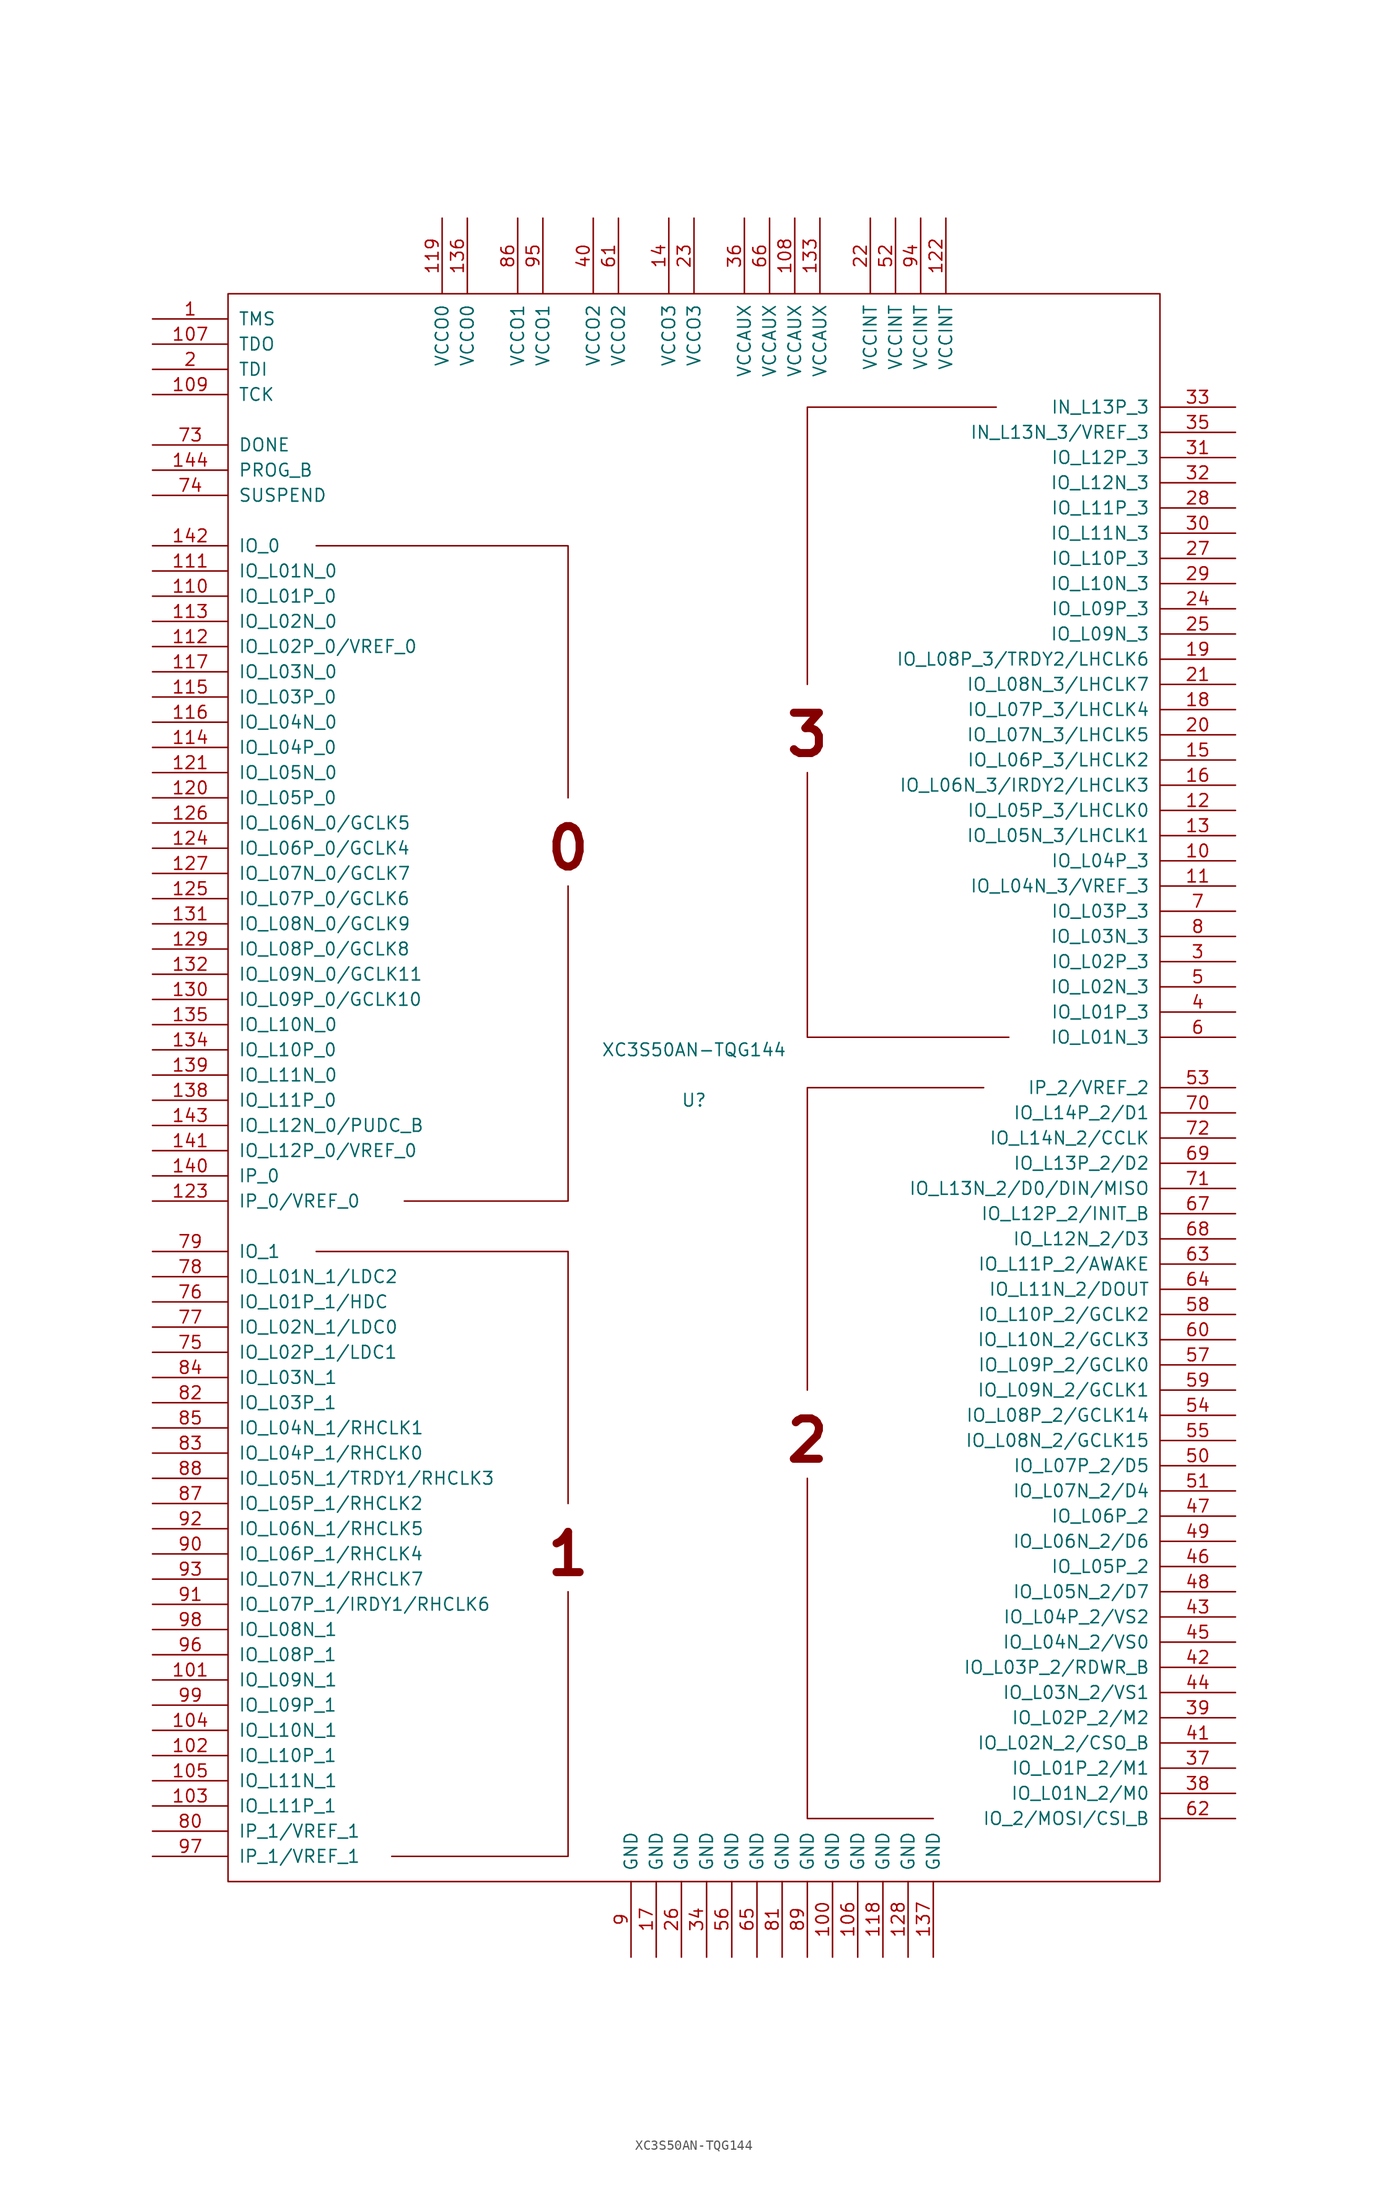
<source format=kicad_sym>
(kicad_symbol_lib
  (version 20201005)
  (generator kicad_symbol_editor)
  (symbol "FPGA_Xilinx:XC3S50AN-TQG144"
    (pin_names
      (offset 1.016))
    (property "Reference" "U"
      (at 0 0 0)
      (effects (font (size 1.27 1.27))))
    (property "Value" "XC3S50AN-TQG144"
      (at 0 5.08 0)
      (effects (font (size 1.27 1.27))))
    (symbol "XC3S50AN-TQG144_0_0"
      (text "0" (at -12.7 25.4 0) (effects (font (size 4.064 4.064) bold)))
      (text "1" (at -12.7 -45.72 0) (effects (font (size 4.064 4.064) bold)))
      (text "2" (at 11.43 -34.29 0) (effects (font (size 4.064 4.064) bold)))
      (text "3" (at 11.43 36.83 0) (effects (font (size 4.064 4.064) bold))))
    (symbol "XC3S50AN-TQG144_0_1"
      (rectangle (start -46.99 81.28) (end 46.99 -78.74) (stroke (width 0)) (fill (type none)))
      (polyline (pts (xy -38.1 55.88) (xy -12.7 55.88) (xy -12.7 30.48) (xy -12.7 30.48)) (stroke (width 0)) (fill (type none)))
      (polyline (pts (xy -29.21 -10.16) (xy -12.7 -10.16) (xy -12.7 21.59) (xy -12.7 21.59)) (stroke (width 0)) (fill (type none)))
      (polyline (pts (xy -12.7 -40.64) (xy -12.7 -15.24) (xy -38.1 -15.24) (xy -38.1 -15.24)) (stroke (width 0)) (fill (type none)))
      (polyline (pts (xy 24.13 -72.39) (xy 11.43 -72.39) (xy 11.43 -38.1) (xy 11.43 -38.1)) (stroke (width 0)) (fill (type none)))
      (polyline (pts (xy 29.21 1.27) (xy 11.43 1.27) (xy 11.43 -29.21) (xy 11.43 -29.21)) (stroke (width 0)) (fill (type none)))
      (polyline (pts (xy 30.48 69.85) (xy 11.43 69.85) (xy 11.43 41.91) (xy 11.43 41.91)) (stroke (width 0)) (fill (type none)))
      (polyline (pts (xy 31.75 6.35) (xy 11.43 6.35) (xy 11.43 33.02) (xy 11.43 33.02)) (stroke (width 0)) (fill (type none)))
      (polyline (pts (xy -30.48 -76.2) (xy -13.97 -76.2) (xy -12.7 -76.2) (xy -12.7 -49.53) (xy -12.7 -49.53)) (stroke (width 0)) (fill (type none))))
    (symbol "XC3S50AN-TQG144_1_1"
      (pin input line (at -54.61 78.74 0) (length 7.62) (name "TMS" (effects (font (size 1.27 1.27)))) (number "1" (effects (font (size 1.27 1.27)))))
      (pin bidirectional line (at 54.61 24.13 180) (length 7.62) (name "IO_L04P_3" (effects (font (size 1.27 1.27)))) (number "10" (effects (font (size 1.27 1.27)))))
      (pin power_in line (at 13.97 -86.36 90) (length 7.62) (name "GND" (effects (font (size 1.27 1.27)))) (number "100" (effects (font (size 1.27 1.27)))))
      (pin bidirectional line (at -54.61 -58.42 0) (length 7.62) (name "IO_L09N_1" (effects (font (size 1.27 1.27)))) (number "101" (effects (font (size 1.27 1.27)))))
      (pin bidirectional line (at -54.61 -66.04 0) (length 7.62) (name "IO_L10P_1" (effects (font (size 1.27 1.27)))) (number "102" (effects (font (size 1.27 1.27)))))
      (pin bidirectional line (at -54.61 -71.12 0) (length 7.62) (name "IO_L11P_1" (effects (font (size 1.27 1.27)))) (number "103" (effects (font (size 1.27 1.27)))))
      (pin bidirectional line (at -54.61 -63.5 0) (length 7.62) (name "IO_L10N_1" (effects (font (size 1.27 1.27)))) (number "104" (effects (font (size 1.27 1.27)))))
      (pin bidirectional line (at -54.61 -68.58 0) (length 7.62) (name "IO_L11N_1" (effects (font (size 1.27 1.27)))) (number "105" (effects (font (size 1.27 1.27)))))
      (pin power_in line (at 16.51 -86.36 90) (length 7.62) (name "GND" (effects (font (size 1.27 1.27)))) (number "106" (effects (font (size 1.27 1.27)))))
      (pin output line (at -54.61 76.2 0) (length 7.62) (name "TDO" (effects (font (size 1.27 1.27)))) (number "107" (effects (font (size 1.27 1.27)))))
      (pin power_in line (at 10.16 88.9 270) (length 7.62) (name "VCCAUX" (effects (font (size 1.27 1.27)))) (number "108" (effects (font (size 1.27 1.27)))))
      (pin input line (at -54.61 71.12 0) (length 7.62) (name "TCK" (effects (font (size 1.27 1.27)))) (number "109" (effects (font (size 1.27 1.27)))))
      (pin bidirectional line (at 54.61 21.59 180) (length 7.62) (name "IO_L04N_3/VREF_3" (effects (font (size 1.27 1.27)))) (number "11" (effects (font (size 1.27 1.27)))))
      (pin bidirectional line (at -54.61 50.8 0) (length 7.62) (name "IO_L01P_0" (effects (font (size 1.27 1.27)))) (number "110" (effects (font (size 1.27 1.27)))))
      (pin bidirectional line (at -54.61 53.34 0) (length 7.62) (name "IO_L01N_0" (effects (font (size 1.27 1.27)))) (number "111" (effects (font (size 1.27 1.27)))))
      (pin bidirectional line (at -54.61 45.72 0) (length 7.62) (name "IO_L02P_0/VREF_0" (effects (font (size 1.27 1.27)))) (number "112" (effects (font (size 1.27 1.27)))))
      (pin bidirectional line (at -54.61 48.26 0) (length 7.62) (name "IO_L02N_0" (effects (font (size 1.27 1.27)))) (number "113" (effects (font (size 1.27 1.27)))))
      (pin bidirectional line (at -54.61 35.56 0) (length 7.62) (name "IO_L04P_0" (effects (font (size 1.27 1.27)))) (number "114" (effects (font (size 1.27 1.27)))))
      (pin bidirectional line (at -54.61 40.64 0) (length 7.62) (name "IO_L03P_0" (effects (font (size 1.27 1.27)))) (number "115" (effects (font (size 1.27 1.27)))))
      (pin bidirectional line (at -54.61 38.1 0) (length 7.62) (name "IO_L04N_0" (effects (font (size 1.27 1.27)))) (number "116" (effects (font (size 1.27 1.27)))))
      (pin bidirectional line (at -54.61 43.18 0) (length 7.62) (name "IO_L03N_0" (effects (font (size 1.27 1.27)))) (number "117" (effects (font (size 1.27 1.27)))))
      (pin power_in line (at 19.05 -86.36 90) (length 7.62) (name "GND" (effects (font (size 1.27 1.27)))) (number "118" (effects (font (size 1.27 1.27)))))
      (pin power_in line (at -25.4 88.9 270) (length 7.62) (name "VCCO0" (effects (font (size 1.27 1.27)))) (number "119" (effects (font (size 1.27 1.27)))))
      (pin bidirectional line (at 54.61 29.21 180) (length 7.62) (name "IO_L05P_3/LHCLK0" (effects (font (size 1.27 1.27)))) (number "12" (effects (font (size 1.27 1.27)))))
      (pin bidirectional line (at -54.61 30.48 0) (length 7.62) (name "IO_L05P_0" (effects (font (size 1.27 1.27)))) (number "120" (effects (font (size 1.27 1.27)))))
      (pin bidirectional line (at -54.61 33.02 0) (length 7.62) (name "IO_L05N_0" (effects (font (size 1.27 1.27)))) (number "121" (effects (font (size 1.27 1.27)))))
      (pin power_in line (at 25.4 88.9 270) (length 7.62) (name "VCCINT" (effects (font (size 1.27 1.27)))) (number "122" (effects (font (size 1.27 1.27)))))
      (pin input line (at -54.61 -10.16 0) (length 7.62) (name "IP_0/VREF_0" (effects (font (size 1.27 1.27)))) (number "123" (effects (font (size 1.27 1.27)))))
      (pin bidirectional line (at -54.61 25.4 0) (length 7.62) (name "IO_L06P_0/GCLK4" (effects (font (size 1.27 1.27)))) (number "124" (effects (font (size 1.27 1.27)))))
      (pin bidirectional line (at -54.61 20.32 0) (length 7.62) (name "IO_L07P_0/GCLK6" (effects (font (size 1.27 1.27)))) (number "125" (effects (font (size 1.27 1.27)))))
      (pin bidirectional line (at -54.61 27.94 0) (length 7.62) (name "IO_L06N_0/GCLK5" (effects (font (size 1.27 1.27)))) (number "126" (effects (font (size 1.27 1.27)))))
      (pin bidirectional line (at -54.61 22.86 0) (length 7.62) (name "IO_L07N_0/GCLK7" (effects (font (size 1.27 1.27)))) (number "127" (effects (font (size 1.27 1.27)))))
      (pin power_in line (at 21.59 -86.36 90) (length 7.62) (name "GND" (effects (font (size 1.27 1.27)))) (number "128" (effects (font (size 1.27 1.27)))))
      (pin bidirectional line (at -54.61 15.24 0) (length 7.62) (name "IO_L08P_0/GCLK8" (effects (font (size 1.27 1.27)))) (number "129" (effects (font (size 1.27 1.27)))))
      (pin bidirectional line (at 54.61 26.67 180) (length 7.62) (name "IO_L05N_3/LHCLK1" (effects (font (size 1.27 1.27)))) (number "13" (effects (font (size 1.27 1.27)))))
      (pin bidirectional line (at -54.61 10.16 0) (length 7.62) (name "IO_L09P_0/GCLK10" (effects (font (size 1.27 1.27)))) (number "130" (effects (font (size 1.27 1.27)))))
      (pin bidirectional line (at -54.61 17.78 0) (length 7.62) (name "IO_L08N_0/GCLK9" (effects (font (size 1.27 1.27)))) (number "131" (effects (font (size 1.27 1.27)))))
      (pin bidirectional line (at -54.61 12.7 0) (length 7.62) (name "IO_L09N_0/GCLK11" (effects (font (size 1.27 1.27)))) (number "132" (effects (font (size 1.27 1.27)))))
      (pin power_in line (at 12.7 88.9 270) (length 7.62) (name "VCCAUX" (effects (font (size 1.27 1.27)))) (number "133" (effects (font (size 1.27 1.27)))))
      (pin bidirectional line (at -54.61 5.08 0) (length 7.62) (name "IO_L10P_0" (effects (font (size 1.27 1.27)))) (number "134" (effects (font (size 1.27 1.27)))))
      (pin bidirectional line (at -54.61 7.62 0) (length 7.62) (name "IO_L10N_0" (effects (font (size 1.27 1.27)))) (number "135" (effects (font (size 1.27 1.27)))))
      (pin power_in line (at -22.86 88.9 270) (length 7.62) (name "VCCO0" (effects (font (size 1.27 1.27)))) (number "136" (effects (font (size 1.27 1.27)))))
      (pin power_in line (at 24.13 -86.36 90) (length 7.62) (name "GND" (effects (font (size 1.27 1.27)))) (number "137" (effects (font (size 1.27 1.27)))))
      (pin bidirectional line (at -54.61 0 0) (length 7.62) (name "IO_L11P_0" (effects (font (size 1.27 1.27)))) (number "138" (effects (font (size 1.27 1.27)))))
      (pin bidirectional line (at -54.61 2.54 0) (length 7.62) (name "IO_L11N_0" (effects (font (size 1.27 1.27)))) (number "139" (effects (font (size 1.27 1.27)))))
      (pin passive line (at -2.54 88.9 270) (length 7.62) (name "VCCO3" (effects (font (size 1.27 1.27)))) (number "14" (effects (font (size 1.27 1.27)))))
      (pin input line (at -54.61 -7.62 0) (length 7.62) (name "IP_0" (effects (font (size 1.27 1.27)))) (number "140" (effects (font (size 1.27 1.27)))))
      (pin bidirectional line (at -54.61 -5.08 0) (length 7.62) (name "IO_L12P_0/VREF_0" (effects (font (size 1.27 1.27)))) (number "141" (effects (font (size 1.27 1.27)))))
      (pin bidirectional line (at -54.61 55.88 0) (length 7.62) (name "IO_0" (effects (font (size 1.27 1.27)))) (number "142" (effects (font (size 1.27 1.27)))))
      (pin bidirectional line (at -54.61 -2.54 0) (length 7.62) (name "IO_L12N_0/PUDC_B" (effects (font (size 1.27 1.27)))) (number "143" (effects (font (size 1.27 1.27)))))
      (pin bidirectional line (at -54.61 63.5 0) (length 7.62) (name "PROG_B" (effects (font (size 1.27 1.27)))) (number "144" (effects (font (size 1.27 1.27)))))
      (pin bidirectional line (at 54.61 34.29 180) (length 7.62) (name "IO_L06P_3/LHCLK2" (effects (font (size 1.27 1.27)))) (number "15" (effects (font (size 1.27 1.27)))))
      (pin bidirectional line (at 54.61 31.75 180) (length 7.62) (name "IO_L06N_3/IRDY2/LHCLK3" (effects (font (size 1.27 1.27)))) (number "16" (effects (font (size 1.27 1.27)))))
      (pin power_in line (at -3.81 -86.36 90) (length 7.62) (name "GND" (effects (font (size 1.27 1.27)))) (number "17" (effects (font (size 1.27 1.27)))))
      (pin bidirectional line (at 54.61 39.37 180) (length 7.62) (name "IO_L07P_3/LHCLK4" (effects (font (size 1.27 1.27)))) (number "18" (effects (font (size 1.27 1.27)))))
      (pin bidirectional line (at 54.61 44.45 180) (length 7.62) (name "IO_L08P_3/TRDY2/LHCLK6" (effects (font (size 1.27 1.27)))) (number "19" (effects (font (size 1.27 1.27)))))
      (pin input line (at -54.61 73.66 0) (length 7.62) (name "TDI" (effects (font (size 1.27 1.27)))) (number "2" (effects (font (size 1.27 1.27)))))
      (pin bidirectional line (at 54.61 36.83 180) (length 7.62) (name "IO_L07N_3/LHCLK5" (effects (font (size 1.27 1.27)))) (number "20" (effects (font (size 1.27 1.27)))))
      (pin bidirectional line (at 54.61 41.91 180) (length 7.62) (name "IO_L08N_3/LHCLK7" (effects (font (size 1.27 1.27)))) (number "21" (effects (font (size 1.27 1.27)))))
      (pin power_in line (at 17.78 88.9 270) (length 7.62) (name "VCCINT" (effects (font (size 1.27 1.27)))) (number "22" (effects (font (size 1.27 1.27)))))
      (pin power_in line (at 0 88.9 270) (length 7.62) (name "VCCO3" (effects (font (size 1.27 1.27)))) (number "23" (effects (font (size 1.27 1.27)))))
      (pin bidirectional line (at 54.61 49.53 180) (length 7.62) (name "IO_L09P_3" (effects (font (size 1.27 1.27)))) (number "24" (effects (font (size 1.27 1.27)))))
      (pin bidirectional line (at 54.61 46.99 180) (length 7.62) (name "IO_L09N_3" (effects (font (size 1.27 1.27)))) (number "25" (effects (font (size 1.27 1.27)))))
      (pin power_in line (at -1.27 -86.36 90) (length 7.62) (name "GND" (effects (font (size 1.27 1.27)))) (number "26" (effects (font (size 1.27 1.27)))))
      (pin bidirectional line (at 54.61 54.61 180) (length 7.62) (name "IO_L10P_3" (effects (font (size 1.27 1.27)))) (number "27" (effects (font (size 1.27 1.27)))))
      (pin bidirectional line (at 54.61 59.69 180) (length 7.62) (name "IO_L11P_3" (effects (font (size 1.27 1.27)))) (number "28" (effects (font (size 1.27 1.27)))))
      (pin bidirectional line (at 54.61 52.07 180) (length 7.62) (name "IO_L10N_3" (effects (font (size 1.27 1.27)))) (number "29" (effects (font (size 1.27 1.27)))))
      (pin bidirectional line (at 54.61 13.97 180) (length 7.62) (name "IO_L02P_3" (effects (font (size 1.27 1.27)))) (number "3" (effects (font (size 1.27 1.27)))))
      (pin bidirectional line (at 54.61 57.15 180) (length 7.62) (name "IO_L11N_3" (effects (font (size 1.27 1.27)))) (number "30" (effects (font (size 1.27 1.27)))))
      (pin bidirectional line (at 54.61 64.77 180) (length 7.62) (name "IO_L12P_3" (effects (font (size 1.27 1.27)))) (number "31" (effects (font (size 1.27 1.27)))))
      (pin bidirectional line (at 54.61 62.23 180) (length 7.62) (name "IO_L12N_3" (effects (font (size 1.27 1.27)))) (number "32" (effects (font (size 1.27 1.27)))))
      (pin input line (at 54.61 69.85 180) (length 7.62) (name "IN_L13P_3" (effects (font (size 1.27 1.27)))) (number "33" (effects (font (size 1.27 1.27)))))
      (pin power_in line (at 1.27 -86.36 90) (length 7.62) (name "GND" (effects (font (size 1.27 1.27)))) (number "34" (effects (font (size 1.27 1.27)))))
      (pin input line (at 54.61 67.31 180) (length 7.62) (name "IN_L13N_3/VREF_3" (effects (font (size 1.27 1.27)))) (number "35" (effects (font (size 1.27 1.27)))))
      (pin power_in line (at 5.08 88.9 270) (length 7.62) (name "VCCAUX" (effects (font (size 1.27 1.27)))) (number "36" (effects (font (size 1.27 1.27)))))
      (pin bidirectional line (at 54.61 -67.31 180) (length 7.62) (name "IO_L01P_2/M1" (effects (font (size 1.27 1.27)))) (number "37" (effects (font (size 1.27 1.27)))))
      (pin bidirectional line (at 54.61 -69.85 180) (length 7.62) (name "IO_L01N_2/M0" (effects (font (size 1.27 1.27)))) (number "38" (effects (font (size 1.27 1.27)))))
      (pin bidirectional line (at 54.61 -62.23 180) (length 7.62) (name "IO_L02P_2/M2" (effects (font (size 1.27 1.27)))) (number "39" (effects (font (size 1.27 1.27)))))
      (pin bidirectional line (at 54.61 8.89 180) (length 7.62) (name "IO_L01P_3" (effects (font (size 1.27 1.27)))) (number "4" (effects (font (size 1.27 1.27)))))
      (pin power_in line (at -10.16 88.9 270) (length 7.62) (name "VCCO2" (effects (font (size 1.27 1.27)))) (number "40" (effects (font (size 1.27 1.27)))))
      (pin bidirectional line (at 54.61 -64.77 180) (length 7.62) (name "IO_L02N_2/CSO_B" (effects (font (size 1.27 1.27)))) (number "41" (effects (font (size 1.27 1.27)))))
      (pin bidirectional line (at 54.61 -57.15 180) (length 7.62) (name "IO_L03P_2/RDWR_B" (effects (font (size 1.27 1.27)))) (number "42" (effects (font (size 1.27 1.27)))))
      (pin bidirectional line (at 54.61 -52.07 180) (length 7.62) (name "IO_L04P_2/VS2" (effects (font (size 1.27 1.27)))) (number "43" (effects (font (size 1.27 1.27)))))
      (pin bidirectional line (at 54.61 -59.69 180) (length 7.62) (name "IO_L03N_2/VS1" (effects (font (size 1.27 1.27)))) (number "44" (effects (font (size 1.27 1.27)))))
      (pin bidirectional line (at 54.61 -54.61 180) (length 7.62) (name "IO_L04N_2/VS0" (effects (font (size 1.27 1.27)))) (number "45" (effects (font (size 1.27 1.27)))))
      (pin bidirectional line (at 54.61 -46.99 180) (length 7.62) (name "IO_L05P_2" (effects (font (size 1.27 1.27)))) (number "46" (effects (font (size 1.27 1.27)))))
      (pin bidirectional line (at 54.61 -41.91 180) (length 7.62) (name "IO_L06P_2" (effects (font (size 1.27 1.27)))) (number "47" (effects (font (size 1.27 1.27)))))
      (pin bidirectional line (at 54.61 -49.53 180) (length 7.62) (name "IO_L05N_2/D7" (effects (font (size 1.27 1.27)))) (number "48" (effects (font (size 1.27 1.27)))))
      (pin bidirectional line (at 54.61 -44.45 180) (length 7.62) (name "IO_L06N_2/D6" (effects (font (size 1.27 1.27)))) (number "49" (effects (font (size 1.27 1.27)))))
      (pin bidirectional line (at 54.61 11.43 180) (length 7.62) (name "IO_L02N_3" (effects (font (size 1.27 1.27)))) (number "5" (effects (font (size 1.27 1.27)))))
      (pin bidirectional line (at 54.61 -36.83 180) (length 7.62) (name "IO_L07P_2/D5" (effects (font (size 1.27 1.27)))) (number "50" (effects (font (size 1.27 1.27)))))
      (pin bidirectional line (at 54.61 -39.37 180) (length 7.62) (name "IO_L07N_2/D4" (effects (font (size 1.27 1.27)))) (number "51" (effects (font (size 1.27 1.27)))))
      (pin power_in line (at 20.32 88.9 270) (length 7.62) (name "VCCINT" (effects (font (size 1.27 1.27)))) (number "52" (effects (font (size 1.27 1.27)))))
      (pin input line (at 54.61 1.27 180) (length 7.62) (name "IP_2/VREF_2" (effects (font (size 1.27 1.27)))) (number "53" (effects (font (size 1.27 1.27)))))
      (pin bidirectional line (at 54.61 -31.75 180) (length 7.62) (name "IO_L08P_2/GCLK14" (effects (font (size 1.27 1.27)))) (number "54" (effects (font (size 1.27 1.27)))))
      (pin bidirectional line (at 54.61 -34.29 180) (length 7.62) (name "IO_L08N_2/GCLK15" (effects (font (size 1.27 1.27)))) (number "55" (effects (font (size 1.27 1.27)))))
      (pin power_in line (at 3.81 -86.36 90) (length 7.62) (name "GND" (effects (font (size 1.27 1.27)))) (number "56" (effects (font (size 1.27 1.27)))))
      (pin bidirectional line (at 54.61 -26.67 180) (length 7.62) (name "IO_L09P_2/GCLK0" (effects (font (size 1.27 1.27)))) (number "57" (effects (font (size 1.27 1.27)))))
      (pin bidirectional line (at 54.61 -21.59 180) (length 7.62) (name "IO_L10P_2/GCLK2" (effects (font (size 1.27 1.27)))) (number "58" (effects (font (size 1.27 1.27)))))
      (pin bidirectional line (at 54.61 -29.21 180) (length 7.62) (name "IO_L09N_2/GCLK1" (effects (font (size 1.27 1.27)))) (number "59" (effects (font (size 1.27 1.27)))))
      (pin bidirectional line (at 54.61 6.35 180) (length 7.62) (name "IO_L01N_3" (effects (font (size 1.27 1.27)))) (number "6" (effects (font (size 1.27 1.27)))))
      (pin bidirectional line (at 54.61 -24.13 180) (length 7.62) (name "IO_L10N_2/GCLK3" (effects (font (size 1.27 1.27)))) (number "60" (effects (font (size 1.27 1.27)))))
      (pin power_in line (at -7.62 88.9 270) (length 7.62) (name "VCCO2" (effects (font (size 1.27 1.27)))) (number "61" (effects (font (size 1.27 1.27)))))
      (pin bidirectional line (at 54.61 -72.39 180) (length 7.62) (name "IO_2/MOSI/CSI_B" (effects (font (size 1.27 1.27)))) (number "62" (effects (font (size 1.27 1.27)))))
      (pin bidirectional line (at 54.61 -16.51 180) (length 7.62) (name "IO_L11P_2/AWAKE" (effects (font (size 1.27 1.27)))) (number "63" (effects (font (size 1.27 1.27)))))
      (pin bidirectional line (at 54.61 -19.05 180) (length 7.62) (name "IO_L11N_2/DOUT" (effects (font (size 1.27 1.27)))) (number "64" (effects (font (size 1.27 1.27)))))
      (pin power_in line (at 6.35 -86.36 90) (length 7.62) (name "GND" (effects (font (size 1.27 1.27)))) (number "65" (effects (font (size 1.27 1.27)))))
      (pin power_in line (at 7.62 88.9 270) (length 7.62) (name "VCCAUX" (effects (font (size 1.27 1.27)))) (number "66" (effects (font (size 1.27 1.27)))))
      (pin bidirectional line (at 54.61 -11.43 180) (length 7.62) (name "IO_L12P_2/INIT_B" (effects (font (size 1.27 1.27)))) (number "67" (effects (font (size 1.27 1.27)))))
      (pin bidirectional line (at 54.61 -13.97 180) (length 7.62) (name "IO_L12N_2/D3" (effects (font (size 1.27 1.27)))) (number "68" (effects (font (size 1.27 1.27)))))
      (pin bidirectional line (at 54.61 -6.35 180) (length 7.62) (name "IO_L13P_2/D2" (effects (font (size 1.27 1.27)))) (number "69" (effects (font (size 1.27 1.27)))))
      (pin bidirectional line (at 54.61 19.05 180) (length 7.62) (name "IO_L03P_3" (effects (font (size 1.27 1.27)))) (number "7" (effects (font (size 1.27 1.27)))))
      (pin bidirectional line (at 54.61 -1.27 180) (length 7.62) (name "IO_L14P_2/D1" (effects (font (size 1.27 1.27)))) (number "70" (effects (font (size 1.27 1.27)))))
      (pin bidirectional line (at 54.61 -8.89 180) (length 7.62) (name "IO_L13N_2/D0/DIN/MISO" (effects (font (size 1.27 1.27)))) (number "71" (effects (font (size 1.27 1.27)))))
      (pin bidirectional line (at 54.61 -3.81 180) (length 7.62) (name "IO_L14N_2/CCLK" (effects (font (size 1.27 1.27)))) (number "72" (effects (font (size 1.27 1.27)))))
      (pin bidirectional line (at -54.61 66.04 0) (length 7.62) (name "DONE" (effects (font (size 1.27 1.27)))) (number "73" (effects (font (size 1.27 1.27)))))
      (pin input line (at -54.61 60.96 0) (length 7.62) (name "SUSPEND" (effects (font (size 1.27 1.27)))) (number "74" (effects (font (size 1.27 1.27)))))
      (pin bidirectional line (at -54.61 -25.4 0) (length 7.62) (name "IO_L02P_1/LDC1" (effects (font (size 1.27 1.27)))) (number "75" (effects (font (size 1.27 1.27)))))
      (pin bidirectional line (at -54.61 -20.32 0) (length 7.62) (name "IO_L01P_1/HDC" (effects (font (size 1.27 1.27)))) (number "76" (effects (font (size 1.27 1.27)))))
      (pin bidirectional line (at -54.61 -22.86 0) (length 7.62) (name "IO_L02N_1/LDC0" (effects (font (size 1.27 1.27)))) (number "77" (effects (font (size 1.27 1.27)))))
      (pin bidirectional line (at -54.61 -17.78 0) (length 7.62) (name "IO_L01N_1/LDC2" (effects (font (size 1.27 1.27)))) (number "78" (effects (font (size 1.27 1.27)))))
      (pin bidirectional line (at -54.61 -15.24 0) (length 7.62) (name "IO_1" (effects (font (size 1.27 1.27)))) (number "79" (effects (font (size 1.27 1.27)))))
      (pin bidirectional line (at 54.61 16.51 180) (length 7.62) (name "IO_L03N_3" (effects (font (size 1.27 1.27)))) (number "8" (effects (font (size 1.27 1.27)))))
      (pin input line (at -54.61 -73.66 0) (length 7.62) (name "IP_1/VREF_1" (effects (font (size 1.27 1.27)))) (number "80" (effects (font (size 1.27 1.27)))))
      (pin power_in line (at 8.89 -86.36 90) (length 7.62) (name "GND" (effects (font (size 1.27 1.27)))) (number "81" (effects (font (size 1.27 1.27)))))
      (pin bidirectional line (at -54.61 -30.48 0) (length 7.62) (name "IO_L03P_1" (effects (font (size 1.27 1.27)))) (number "82" (effects (font (size 1.27 1.27)))))
      (pin bidirectional line (at -54.61 -35.56 0) (length 7.62) (name "IO_L04P_1/RHCLK0" (effects (font (size 1.27 1.27)))) (number "83" (effects (font (size 1.27 1.27)))))
      (pin bidirectional line (at -54.61 -27.94 0) (length 7.62) (name "IO_L03N_1" (effects (font (size 1.27 1.27)))) (number "84" (effects (font (size 1.27 1.27)))))
      (pin bidirectional line (at -54.61 -33.02 0) (length 7.62) (name "IO_L04N_1/RHCLK1" (effects (font (size 1.27 1.27)))) (number "85" (effects (font (size 1.27 1.27)))))
      (pin power_in line (at -17.78 88.9 270) (length 7.62) (name "VCCO1" (effects (font (size 1.27 1.27)))) (number "86" (effects (font (size 1.27 1.27)))))
      (pin bidirectional line (at -54.61 -40.64 0) (length 7.62) (name "IO_L05P_1/RHCLK2" (effects (font (size 1.27 1.27)))) (number "87" (effects (font (size 1.27 1.27)))))
      (pin bidirectional line (at -54.61 -38.1 0) (length 7.62) (name "IO_L05N_1/TRDY1/RHCLK3" (effects (font (size 1.27 1.27)))) (number "88" (effects (font (size 1.27 1.27)))))
      (pin power_in line (at 11.43 -86.36 90) (length 7.62) (name "GND" (effects (font (size 1.27 1.27)))) (number "89" (effects (font (size 1.27 1.27)))))
      (pin power_in line (at -6.35 -86.36 90) (length 7.62) (name "GND" (effects (font (size 1.27 1.27)))) (number "9" (effects (font (size 1.27 1.27)))))
      (pin bidirectional line (at -54.61 -45.72 0) (length 7.62) (name "IO_L06P_1/RHCLK4" (effects (font (size 1.27 1.27)))) (number "90" (effects (font (size 1.27 1.27)))))
      (pin bidirectional line (at -54.61 -50.8 0) (length 7.62) (name "IO_L07P_1/IRDY1/RHCLK6" (effects (font (size 1.27 1.27)))) (number "91" (effects (font (size 1.27 1.27)))))
      (pin bidirectional line (at -54.61 -43.18 0) (length 7.62) (name "IO_L06N_1/RHCLK5" (effects (font (size 1.27 1.27)))) (number "92" (effects (font (size 1.27 1.27)))))
      (pin bidirectional line (at -54.61 -48.26 0) (length 7.62) (name "IO_L07N_1/RHCLK7" (effects (font (size 1.27 1.27)))) (number "93" (effects (font (size 1.27 1.27)))))
      (pin power_in line (at 22.86 88.9 270) (length 7.62) (name "VCCINT" (effects (font (size 1.27 1.27)))) (number "94" (effects (font (size 1.27 1.27)))))
      (pin power_in line (at -15.24 88.9 270) (length 7.62) (name "VCCO1" (effects (font (size 1.27 1.27)))) (number "95" (effects (font (size 1.27 1.27)))))
      (pin bidirectional line (at -54.61 -55.88 0) (length 7.62) (name "IO_L08P_1" (effects (font (size 1.27 1.27)))) (number "96" (effects (font (size 1.27 1.27)))))
      (pin input line (at -54.61 -76.2 0) (length 7.62) (name "IP_1/VREF_1" (effects (font (size 1.27 1.27)))) (number "97" (effects (font (size 1.27 1.27)))))
      (pin bidirectional line (at -54.61 -53.34 0) (length 7.62) (name "IO_L08N_1" (effects (font (size 1.27 1.27)))) (number "98" (effects (font (size 1.27 1.27)))))
      (pin bidirectional line (at -54.61 -60.96 0) (length 7.62) (name "IO_L09P_1" (effects (font (size 1.27 1.27)))) (number "99" (effects (font (size 1.27 1.27))))))))
</source>
